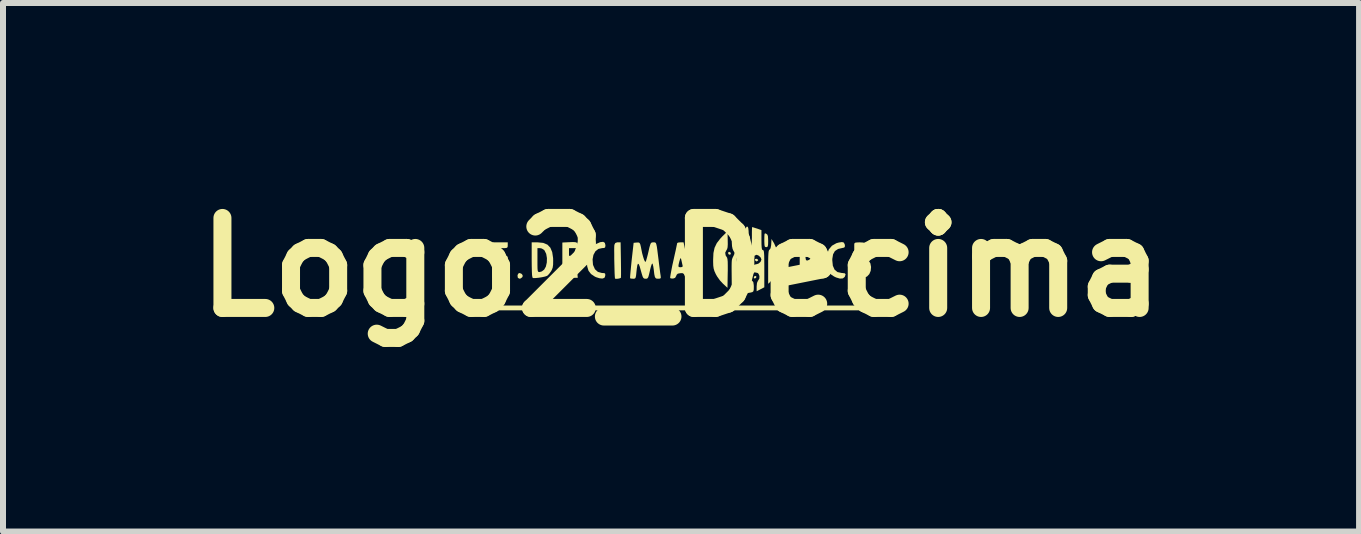
<source format=kicad_pcb>
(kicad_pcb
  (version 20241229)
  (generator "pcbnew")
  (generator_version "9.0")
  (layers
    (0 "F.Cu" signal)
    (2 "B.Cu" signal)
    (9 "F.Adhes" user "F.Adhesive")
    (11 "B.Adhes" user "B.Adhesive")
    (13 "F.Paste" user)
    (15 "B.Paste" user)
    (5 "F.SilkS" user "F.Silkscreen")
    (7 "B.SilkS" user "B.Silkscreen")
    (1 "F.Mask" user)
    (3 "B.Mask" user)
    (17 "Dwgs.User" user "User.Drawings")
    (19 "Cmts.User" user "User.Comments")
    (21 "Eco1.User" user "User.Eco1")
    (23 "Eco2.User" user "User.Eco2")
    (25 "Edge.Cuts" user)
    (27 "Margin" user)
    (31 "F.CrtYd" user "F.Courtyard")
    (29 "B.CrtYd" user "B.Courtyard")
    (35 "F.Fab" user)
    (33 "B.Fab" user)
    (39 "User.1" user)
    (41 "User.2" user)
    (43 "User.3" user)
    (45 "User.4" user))
  (footprint "Logo2_Decima"
    (layer "F.Cu")
    (at 8.3 1.404)
    (property "Reference" "Logo2_Decima" (at 0 0 0) (layer "F.SilkS") (effects (font (size 1.5 1.5) (thickness 0.3))))
    (attr board_only exclude_from_pos_files exclude_from_bom)
    (fp_poly (pts (xy 1.255 0.153) (xy 1.253 0.172) (xy 1.232 0.188) (xy 1.215 0.181) (xy 1.213 0.169) (xy 1.225 0.147) (xy 1.238 0.144)) (stroke (width 0) (type solid)) (fill yes) (layer "F.SilkS"))
    (fp_poly (pts (xy 0.827 -0.243) (xy 0.83 -0.231) (xy 0.82 -0.209) (xy 0.798 -0.213) (xy 0.792 -0.218) (xy 0.782 -0.241) (xy 0.799 -0.255) (xy 0.806 -0.255)) (stroke (width 0) (type solid)) (fill yes) (layer "F.SilkS"))
    (fp_poly (pts (xy 1.018 -0.135) (xy 1.021 -0.129) (xy 1.011 -0.108) (xy 0.99 -0.103) (xy 0.983 -0.107) (xy 0.974 -0.13) (xy 0.991 -0.143) (xy 0.997 -0.144)) (stroke (width 0) (type solid)) (fill yes) (layer "F.SilkS"))
    (fp_poly (pts (xy 1.269 -0.138) (xy 1.286 -0.122) (xy 1.284 -0.112) (xy 1.261 -0.096) (xy 1.238 -0.11) (xy 1.236 -0.113) (xy 1.232 -0.135) (xy 1.252 -0.142)) (stroke (width 0) (type solid)) (fill yes) (layer "F.SilkS"))
    (fp_poly (pts (xy 3.175 0.678) (xy 3.175 0.718) (xy 0.016 0.718) (xy -3.143 0.718) (xy -3.143 0.678) (xy -3.143 0.638) (xy 0.016 0.638) (xy 3.175 0.638)) (stroke (width 0) (type solid)) (fill yes) (layer "F.SilkS"))
    (fp_poly (pts (xy -2.662 0.107) (xy -2.648 0.12) (xy -2.637 0.145) (xy -2.648 0.168) (xy -2.676 0.188) (xy -2.691 0.191) (xy -2.716 0.179) (xy -2.722 0.168) (xy -2.725 0.131) (xy -2.71 0.103) (xy -2.691 0.096)) (stroke (width 0) (type solid)) (fill yes) (layer "F.SilkS"))
    (fp_poly (pts (xy 1.113 -0.672) (xy 1.121 -0.649) (xy 1.126 -0.605) (xy 1.129 -0.538) (xy 1.131 -0.472) (xy 1.13 -0.43) (xy 1.125 -0.409) (xy 1.115 -0.4) (xy 1.101 -0.399) (xy 1.085 -0.401) (xy 1.076 -0.411) (xy 1.071 -0.435) (xy 1.071 -0.48) (xy 1.072 -0.538) (xy 1.076 -0.608) (xy 1.081 -0.651) (xy 1.089 -0.672) (xy 1.101 -0.678)) (stroke (width 0) (type solid)) (fill yes) (layer "F.SilkS"))
    (fp_poly (pts (xy 1.41 -0.563) (xy 1.42 -0.558) (xy 1.438 -0.544) (xy 1.448 -0.519) (xy 1.451 -0.475) (xy 1.452 -0.438) (xy 1.451 -0.382) (xy 1.446 -0.351) (xy 1.436 -0.338) (xy 1.42 -0.335) (xy 1.404 -0.338) (xy 1.394 -0.351) (xy 1.39 -0.38) (xy 1.388 -0.433) (xy 1.388 -0.455) (xy 1.389 -0.516) (xy 1.391 -0.55) (xy 1.398 -0.564)) (stroke (width 0) (type solid)) (fill yes) (layer "F.SilkS"))
    (fp_poly (pts (xy 1.551 -0.399) (xy 1.604 -0.281) (xy 1.626 -0.157) (xy 1.617 -0.031) (xy 1.577 0.094) (xy 1.567 0.115) (xy 1.537 0.171) (xy 1.507 0.218) (xy 1.484 0.247) (xy 1.452 0.276) (xy 1.452 -0.004) (xy 1.452 -0.108) (xy 1.454 -0.184) (xy 1.457 -0.236) (xy 1.461 -0.269) (xy 1.468 -0.287) (xy 1.475 -0.293) (xy 1.492 -0.316) (xy 1.502 -0.369) (xy 1.503 -0.386) (xy 1.508 -0.471)) (stroke (width 0) (type solid)) (fill yes) (layer "F.SilkS"))
    (fp_poly (pts (xy -1.002 -0.127) (xy -1.001 -0.034) (xy -1 0.048) (xy -1 0.114) (xy -1.001 0.159) (xy -1.002 0.176) (xy -1.018 0.184) (xy -1.05 0.191) (xy -1.082 0.193) (xy -1.101 0.189) (xy -1.101 0.187) (xy -1.104 0.155) (xy -1.107 0.1) (xy -1.109 0.028) (xy -1.111 -0.054) (xy -1.113 -0.139) (xy -1.113 -0.219) (xy -1.114 -0.29) (xy -1.113 -0.343) (xy -1.111 -0.371) (xy -1.111 -0.373) (xy -1.096 -0.404) (xy -1.065 -0.415) (xy -1.053 -0.415) (xy -1.007 -0.415)) (stroke (width 0) (type solid)) (fill yes) (layer "F.SilkS"))
    (fp_poly (pts (xy 0.778 -0.457) (xy 0.779 -0.382) (xy 0.776 -0.333) (xy 0.768 -0.302) (xy 0.759 -0.288) (xy 0.736 -0.243) (xy 0.744 -0.196) (xy 0.758 -0.175) (xy 0.768 -0.159) (xy 0.774 -0.133) (xy 0.778 -0.092) (xy 0.779 -0.03) (xy 0.779 0.056) (xy 0.778 0.097) (xy 0.774 0.343) (xy 0.698 0.273) (xy 0.648 0.219) (xy 0.601 0.153) (xy 0.579 0.114) (xy 0.557 0.066) (xy 0.544 0.023) (xy 0.537 -0.026) (xy 0.535 -0.091) (xy 0.535 -0.128) (xy 0.54 -0.237) (xy 0.559 -0.325) (xy 0.596 -0.402) (xy 0.653 -0.476) (xy 0.691 -0.517) (xy 0.774 -0.598)) (stroke (width 0) (type solid)) (fill yes) (layer "F.SilkS"))
    (fp_poly (pts (xy -2.888 -0.367) (xy -2.89 -0.338) (xy -2.902 -0.324) (xy -2.933 -0.319) (xy -2.96 -0.319) (xy -3.031 -0.319) (xy -3.031 -0.255) (xy -3.031 -0.191) (xy -2.96 -0.191) (xy -2.915 -0.19) (xy -2.895 -0.182) (xy -2.888 -0.162) (xy -2.888 -0.144) (xy -2.89 -0.114) (xy -2.902 -0.1) (xy -2.933 -0.096) (xy -2.96 -0.096) (xy -3.031 -0.096) (xy -3.031 -0.017) (xy -3.031 0.062) (xy -2.964 0.067) (xy -2.921 0.072) (xy -2.9 0.084) (xy -2.892 0.11) (xy -2.891 0.124) (xy -2.886 0.176) (xy -3.014 0.176) (xy -3.143 0.176) (xy -3.143 -0.12) (xy -3.143 -0.415) (xy -3.015 -0.415) (xy -2.888 -0.415)) (stroke (width 0) (type solid)) (fill yes) (layer "F.SilkS"))
    (fp_poly (pts (xy -1.761 -0.418) (xy -1.736 -0.409) (xy -1.725 -0.392) (xy -1.723 -0.366) (xy -1.725 -0.337) (xy -1.738 -0.323) (xy -1.769 -0.319) (xy -1.795 -0.319) (xy -1.867 -0.319) (xy -1.867 -0.255) (xy -1.867 -0.191) (xy -1.795 -0.191) (xy -1.751 -0.19) (xy -1.73 -0.182) (xy -1.724 -0.162) (xy -1.723 -0.145) (xy -1.726 -0.115) (xy -1.74 -0.1) (xy -1.774 -0.094) (xy -1.791 -0.093) (xy -1.859 -0.088) (xy -1.864 -0.013) (xy -1.868 0.062) (xy -1.8 0.067) (xy -1.757 0.072) (xy -1.736 0.084) (xy -1.728 0.109) (xy -1.726 0.124) (xy -1.721 0.176) (xy -1.85 0.176) (xy -1.978 0.176) (xy -1.978 -0.118) (xy -1.978 -0.412) (xy -1.877 -0.417) (xy -1.806 -0.42)) (stroke (width 0) (type solid)) (fill yes) (layer "F.SilkS"))
    (fp_poly (pts (xy 2.712 -0.412) (xy 2.727 -0.384) (xy 2.731 -0.367) (xy 2.729 -0.336) (xy 2.706 -0.324) (xy 2.696 -0.323) (xy 2.618 -0.305) (xy 2.565 -0.271) (xy 2.534 -0.216) (xy 2.521 -0.138) (xy 2.521 -0.115) (xy 2.53 -0.025) (xy 2.559 0.04) (xy 2.607 0.08) (xy 2.675 0.095) (xy 2.687 0.096) (xy 2.729 0.101) (xy 2.743 0.118) (xy 2.731 0.153) (xy 2.728 0.161) (xy 2.697 0.186) (xy 2.648 0.189) (xy 2.584 0.17) (xy 2.551 0.154) (xy 2.492 0.115) (xy 2.453 0.067) (xy 2.431 0.004) (xy 2.423 -0.082) (xy 2.423 -0.1) (xy 2.432 -0.21) (xy 2.462 -0.296) (xy 2.515 -0.359) (xy 2.589 -0.401) (xy 2.629 -0.412) (xy 2.682 -0.42)) (stroke (width 0) (type solid)) (fill yes) (layer "F.SilkS"))
    (fp_poly (pts (xy -1.27 -0.407) (xy -1.26 -0.368) (xy -1.26 -0.366) (xy -1.264 -0.334) (xy -1.28 -0.321) (xy -1.315 -0.319) (xy -1.378 -0.305) (xy -1.427 -0.266) (xy -1.46 -0.206) (xy -1.474 -0.132) (xy -1.468 -0.048) (xy -1.465 -0.035) (xy -1.435 0.033) (xy -1.386 0.077) (xy -1.322 0.095) (xy -1.313 0.096) (xy -1.276 0.098) (xy -1.263 0.111) (xy -1.263 0.14) (xy -1.273 0.172) (xy -1.3 0.186) (xy -1.316 0.188) (xy -1.36 0.183) (xy -1.414 0.166) (xy -1.436 0.156) (xy -1.5 0.113) (xy -1.542 0.058) (xy -1.564 -0.015) (xy -1.571 -0.103) (xy -1.564 -0.2) (xy -1.542 -0.274) (xy -1.501 -0.331) (xy -1.439 -0.376) (xy -1.416 -0.388) (xy -1.347 -0.418) (xy -1.298 -0.424)) (stroke (width 0) (type solid)) (fill yes) (layer "F.SilkS"))
    (fp_poly (pts (xy 2.082 -0.412) (xy 2.16 -0.402) (xy 2.211 -0.381) (xy 2.242 -0.342) (xy 2.258 -0.281) (xy 2.262 -0.235) (xy 2.265 -0.176) (xy 2.26 -0.138) (xy 2.246 -0.109) (xy 2.231 -0.089) (xy 2.189 -0.055) (xy 2.139 -0.034) (xy 2.138 -0.034) (xy 2.082 -0.023) (xy 2.077 0.084) (xy 2.074 0.141) (xy 2.069 0.173) (xy 2.059 0.188) (xy 2.039 0.191) (xy 2.026 0.191) (xy 1.978 0.191) (xy 1.978 -0.114) (xy 1.978 -0.215) (xy 2.074 -0.215) (xy 2.075 -0.159) (xy 2.08 -0.128) (xy 2.09 -0.114) (xy 2.105 -0.112) (xy 2.138 -0.125) (xy 2.153 -0.143) (xy 2.169 -0.192) (xy 2.167 -0.244) (xy 2.152 -0.287) (xy 2.125 -0.315) (xy 2.105 -0.319) (xy 2.088 -0.316) (xy 2.079 -0.301) (xy 2.075 -0.268) (xy 2.074 -0.215) (xy 1.978 -0.215) (xy 1.978 -0.419)) (stroke (width 0) (type solid)) (fill yes) (layer "F.SilkS"))
    (fp_poly (pts (xy -2.389 -0.415) (xy -2.297 -0.406) (xy -2.227 -0.377) (xy -2.178 -0.326) (xy -2.147 -0.252) (xy -2.132 -0.153) (xy -2.131 -0.112) (xy -2.132 -0.043) (xy -2.139 0.006) (xy -2.154 0.045) (xy -2.167 0.068) (xy -2.197 0.109) (xy -2.226 0.139) (xy -2.234 0.144) (xy -2.267 0.155) (xy -2.317 0.166) (xy -2.374 0.175) (xy -2.427 0.18) (xy -2.464 0.18) (xy -2.47 0.179) (xy -2.477 0.166) (xy -2.483 0.131) (xy -2.486 0.07) (xy -2.488 -0.017) (xy -2.489 -0.12) (xy -2.393 -0.12) (xy -2.393 -0.037) (xy -2.392 0.019) (xy -2.389 0.053) (xy -2.383 0.071) (xy -2.373 0.079) (xy -2.358 0.08) (xy -2.356 0.08) (xy -2.32 0.069) (xy -2.283 0.041) (xy -2.282 0.041) (xy -2.253 -0.01) (xy -2.237 -0.079) (xy -2.235 -0.153) (xy -2.247 -0.223) (xy -2.274 -0.278) (xy -2.282 -0.288) (xy -2.32 -0.312) (xy -2.353 -0.319) (xy -2.393 -0.319) (xy -2.393 -0.12) (xy -2.489 -0.12) (xy -2.489 -0.121) (xy -2.489 -0.415)) (stroke (width 0) (type solid)) (fill yes) (layer "F.SilkS"))
    (fp_poly (pts (xy 0.103 -0.132) (xy 0.122 -0.04) (xy 0.139 0.041) (xy 0.153 0.106) (xy 0.162 0.15) (xy 0.165 0.168) (xy 0.153 0.181) (xy 0.123 0.189) (xy 0.09 0.187) (xy 0.071 0.167) (xy 0.062 0.144) (xy 0.046 0.111) (xy 0.024 0.098) (xy -0.013 0.099) (xy -0.054 0.107) (xy -0.074 0.127) (xy -0.08 0.144) (xy -0.099 0.177) (xy -0.131 0.188) (xy -0.165 0.187) (xy -0.181 0.18) (xy -0.18 0.16) (xy -0.173 0.115) (xy -0.161 0.05) (xy -0.148 -0.017) (xy -0.044 -0.017) (xy -0.035 -0.003) (xy -0.008 0) (xy 0.022 -0.005) (xy 0.027 -0.023) (xy 0.026 -0.028) (xy 0.018 -0.063) (xy 0.008 -0.109) (xy 0.007 -0.112) (xy -0.001 -0.146) (xy -0.008 -0.151) (xy -0.016 -0.136) (xy -0.028 -0.097) (xy -0.039 -0.052) (xy -0.044 -0.017) (xy -0.148 -0.017) (xy -0.145 -0.032) (xy -0.127 -0.112) (xy -0.107 -0.203) (xy -0.089 -0.282) (xy -0.076 -0.345) (xy -0.067 -0.388) (xy -0.064 -0.403) (xy -0.05 -0.411) (xy -0.016 -0.415) (xy -0.011 -0.415) (xy 0.042 -0.415)) (stroke (width 0) (type solid)) (fill yes) (layer "F.SilkS"))
    (fp_poly (pts (xy 3.033 -0.412) (xy 3.071 -0.401) (xy 3.102 -0.378) (xy 3.104 -0.376) (xy 3.132 -0.329) (xy 3.143 -0.268) (xy 3.138 -0.208) (xy 3.12 -0.17) (xy 3.107 -0.145) (xy 3.117 -0.123) (xy 3.126 -0.113) (xy 3.156 -0.064) (xy 3.167 -0.004) (xy 3.161 0.059) (xy 3.138 0.114) (xy 3.101 0.153) (xy 3.087 0.16) (xy 3.046 0.169) (xy 2.99 0.175) (xy 2.967 0.176) (xy 2.92 0.174) (xy 2.896 0.167) (xy 2.888 0.151) (xy 2.887 0.136) (xy 2.887 0.105) (xy 2.887 0.05) (xy 2.887 0) (xy 2.984 0) (xy 2.988 0.055) (xy 3.003 0.08) (xy 3.028 0.074) (xy 3.044 0.061) (xy 3.062 0.026) (xy 3.063 -0.016) (xy 3.051 -0.054) (xy 3.027 -0.077) (xy 3.014 -0.08) (xy 2.996 -0.075) (xy 2.986 -0.056) (xy 2.984 -0.014) (xy 2.984 0) (xy 2.887 0) (xy 2.887 -0.022) (xy 2.887 -0.105) (xy 2.887 -0.128) (xy 2.887 -0.211) (xy 2.887 -0.256) (xy 2.984 -0.256) (xy 2.986 -0.203) (xy 2.996 -0.179) (xy 3.013 -0.182) (xy 3.028 -0.195) (xy 3.046 -0.23) (xy 3.045 -0.274) (xy 3.027 -0.31) (xy 3.015 -0.319) (xy 2.997 -0.327) (xy 2.987 -0.319) (xy 2.984 -0.29) (xy 2.984 -0.256) (xy 2.887 -0.256) (xy 2.887 -0.286) (xy 2.887 -0.344) (xy 2.887 -0.378) (xy 2.887 -0.383) (xy 2.891 -0.401) (xy 2.908 -0.411) (xy 2.945 -0.414) (xy 2.976 -0.415)) (stroke (width 0) (type solid)) (fill yes) (layer "F.SilkS"))
    (fp_poly (pts (xy -0.443 -0.415) (xy -0.43 -0.412) (xy -0.419 -0.402) (xy -0.411 -0.38) (xy -0.403 -0.343) (xy -0.395 -0.286) (xy -0.385 -0.205) (xy -0.375 -0.128) (xy -0.365 -0.043) (xy -0.355 0.034) (xy -0.347 0.096) (xy -0.341 0.136) (xy -0.34 0.14) (xy -0.337 0.175) (xy -0.348 0.189) (xy -0.38 0.191) (xy -0.407 0.19) (xy -0.425 0.18) (xy -0.437 0.157) (xy -0.446 0.114) (xy -0.454 0.046) (xy -0.455 0.036) (xy -0.463 -0.016) (xy -0.472 -0.052) (xy -0.479 -0.064) (xy -0.489 -0.049) (xy -0.502 -0.011) (xy -0.516 0.044) (xy -0.52 0.064) (xy -0.535 0.127) (xy -0.546 0.165) (xy -0.559 0.184) (xy -0.575 0.191) (xy -0.591 0.191) (xy -0.612 0.189) (xy -0.627 0.179) (xy -0.64 0.155) (xy -0.654 0.111) (xy -0.67 0.054) (xy -0.689 -0.014) (xy -0.705 -0.052) (xy -0.718 -0.059) (xy -0.728 -0.034) (xy -0.737 0.022) (xy -0.743 0.075) (xy -0.749 0.135) (xy -0.756 0.17) (xy -0.766 0.186) (xy -0.783 0.191) (xy -0.797 0.191) (xy -0.832 0.189) (xy -0.848 0.184) (xy -0.849 0.166) (xy -0.846 0.122) (xy -0.84 0.057) (xy -0.832 -0.025) (xy -0.823 -0.115) (xy -0.79 -0.407) (xy -0.739 -0.412) (xy -0.71 -0.413) (xy -0.691 -0.405) (xy -0.679 -0.381) (xy -0.668 -0.335) (xy -0.662 -0.303) (xy -0.648 -0.234) (xy -0.631 -0.172) (xy -0.615 -0.123) (xy -0.6 -0.094) (xy -0.591 -0.09) (xy -0.582 -0.11) (xy -0.569 -0.155) (xy -0.553 -0.216) (xy -0.543 -0.259) (xy -0.527 -0.33) (xy -0.514 -0.375) (xy -0.503 -0.401) (xy -0.489 -0.412) (xy -0.471 -0.415) (xy -0.462 -0.415)) (stroke (width 0) (type solid)) (fill yes) (layer "F.SilkS"))
    (fp_poly (pts (xy 1.203 -0.665) (xy 1.239 -0.653) (xy 1.266 -0.645) (xy 1.34 -0.619) (xy 1.34 -0.453) (xy 1.341 -0.377) (xy 1.344 -0.328) (xy 1.349 -0.3) (xy 1.358 -0.288) (xy 1.364 -0.287) (xy 1.372 -0.283) (xy 1.379 -0.269) (xy 1.383 -0.24) (xy 1.386 -0.193) (xy 1.387 -0.123) (xy 1.388 -0.028) (xy 1.388 0.024) (xy 1.388 0.334) (xy 1.324 0.367) (xy 1.26 0.4) (xy 1.26 0.321) (xy 1.266 0.261) (xy 1.282 0.225) (xy 1.284 0.223) (xy 1.305 0.189) (xy 1.307 0.146) (xy 1.291 0.108) (xy 1.276 0.095) (xy 1.229 0.085) (xy 1.189 0.101) (xy 1.162 0.135) (xy 1.158 0.181) (xy 1.159 0.188) (xy 1.176 0.219) (xy 1.19 0.23) (xy 1.205 0.25) (xy 1.212 0.298) (xy 1.213 0.325) (xy 1.212 0.374) (xy 1.205 0.401) (xy 1.189 0.414) (xy 1.163 0.421) (xy 1.122 0.428) (xy 1.096 0.429) (xy 1.08 0.417) (xy 1.072 0.388) (xy 1.069 0.338) (xy 1.069 0.26) (xy 1.069 0.256) (xy 1.069 0.082) (xy 1.137 0.017) (xy 1.192 -0.027) (xy 1.237 -0.047) (xy 1.246 -0.048) (xy 1.289 -0.06) (xy 1.325 -0.09) (xy 1.34 -0.128) (xy 1.34 -0.13) (xy 1.327 -0.162) (xy 1.297 -0.192) (xy 1.263 -0.207) (xy 1.258 -0.207) (xy 1.226 -0.194) (xy 1.196 -0.163) (xy 1.181 -0.128) (xy 1.181 -0.123) (xy 1.17 -0.1) (xy 1.141 -0.063) (xy 1.101 -0.022) (xy 1.021 0.052) (xy 1.021 0.234) (xy 1.021 0.312) (xy 1.019 0.363) (xy 1.016 0.394) (xy 1.009 0.409) (xy 0.997 0.414) (xy 0.984 0.415) (xy 0.941 0.409) (xy 0.896 0.397) (xy 0.846 0.38) (xy 0.844 0.146) (xy 0.843 0.048) (xy 0.843 -0.024) (xy 0.844 -0.075) (xy 0.846 -0.111) (xy 0.851 -0.136) (xy 0.858 -0.156) (xy 0.868 -0.177) (xy 0.873 -0.186) (xy 0.889 -0.222) (xy 0.889 -0.248) (xy 0.872 -0.277) (xy 0.859 -0.307) (xy 0.85 -0.35) (xy 0.846 -0.413) (xy 0.846 -0.475) (xy 0.846 -0.632) (xy 0.899 -0.651) (xy 0.945 -0.664) (xy 0.985 -0.67) (xy 0.986 -0.67) (xy 1.002 -0.668) (xy 1.012 -0.66) (xy 1.018 -0.638) (xy 1.02 -0.597) (xy 1.021 -0.532) (xy 1.021 -0.51) (xy 1.022 -0.434) (xy 1.025 -0.384) (xy 1.032 -0.355) (xy 1.043 -0.342) (xy 1.045 -0.341) (xy 1.061 -0.321) (xy 1.068 -0.285) (xy 1.067 -0.247) (xy 1.055 -0.22) (xy 1.049 -0.216) (xy 1.019 -0.208) (xy 0.986 -0.201) (xy 0.94 -0.179) (xy 0.921 -0.142) (xy 0.931 -0.095) (xy 0.962 -0.059) (xy 1 -0.049) (xy 1.037 -0.061) (xy 1.063 -0.093) (xy 1.069 -0.127) (xy 1.081 -0.171) (xy 1.101 -0.199) (xy 1.127 -0.242) (xy 1.133 -0.28) (xy 1.14 -0.322) (xy 1.157 -0.341) (xy 1.168 -0.352) (xy 1.175 -0.377) (xy 1.179 -0.422) (xy 1.181 -0.493) (xy 1.181 -0.51) (xy 1.181 -0.577) (xy 1.182 -0.63) (xy 1.184 -0.663) (xy 1.186 -0.67)) (stroke (width 0) (type solid)) (fill yes) (layer "F.SilkS")))
  (gr_rect
    (start -3 -3)
    (end 19.6 5.808)
    (stroke (width 0.1) (type default))
    (fill no)
    (layer "Edge.Cuts")))
</source>
